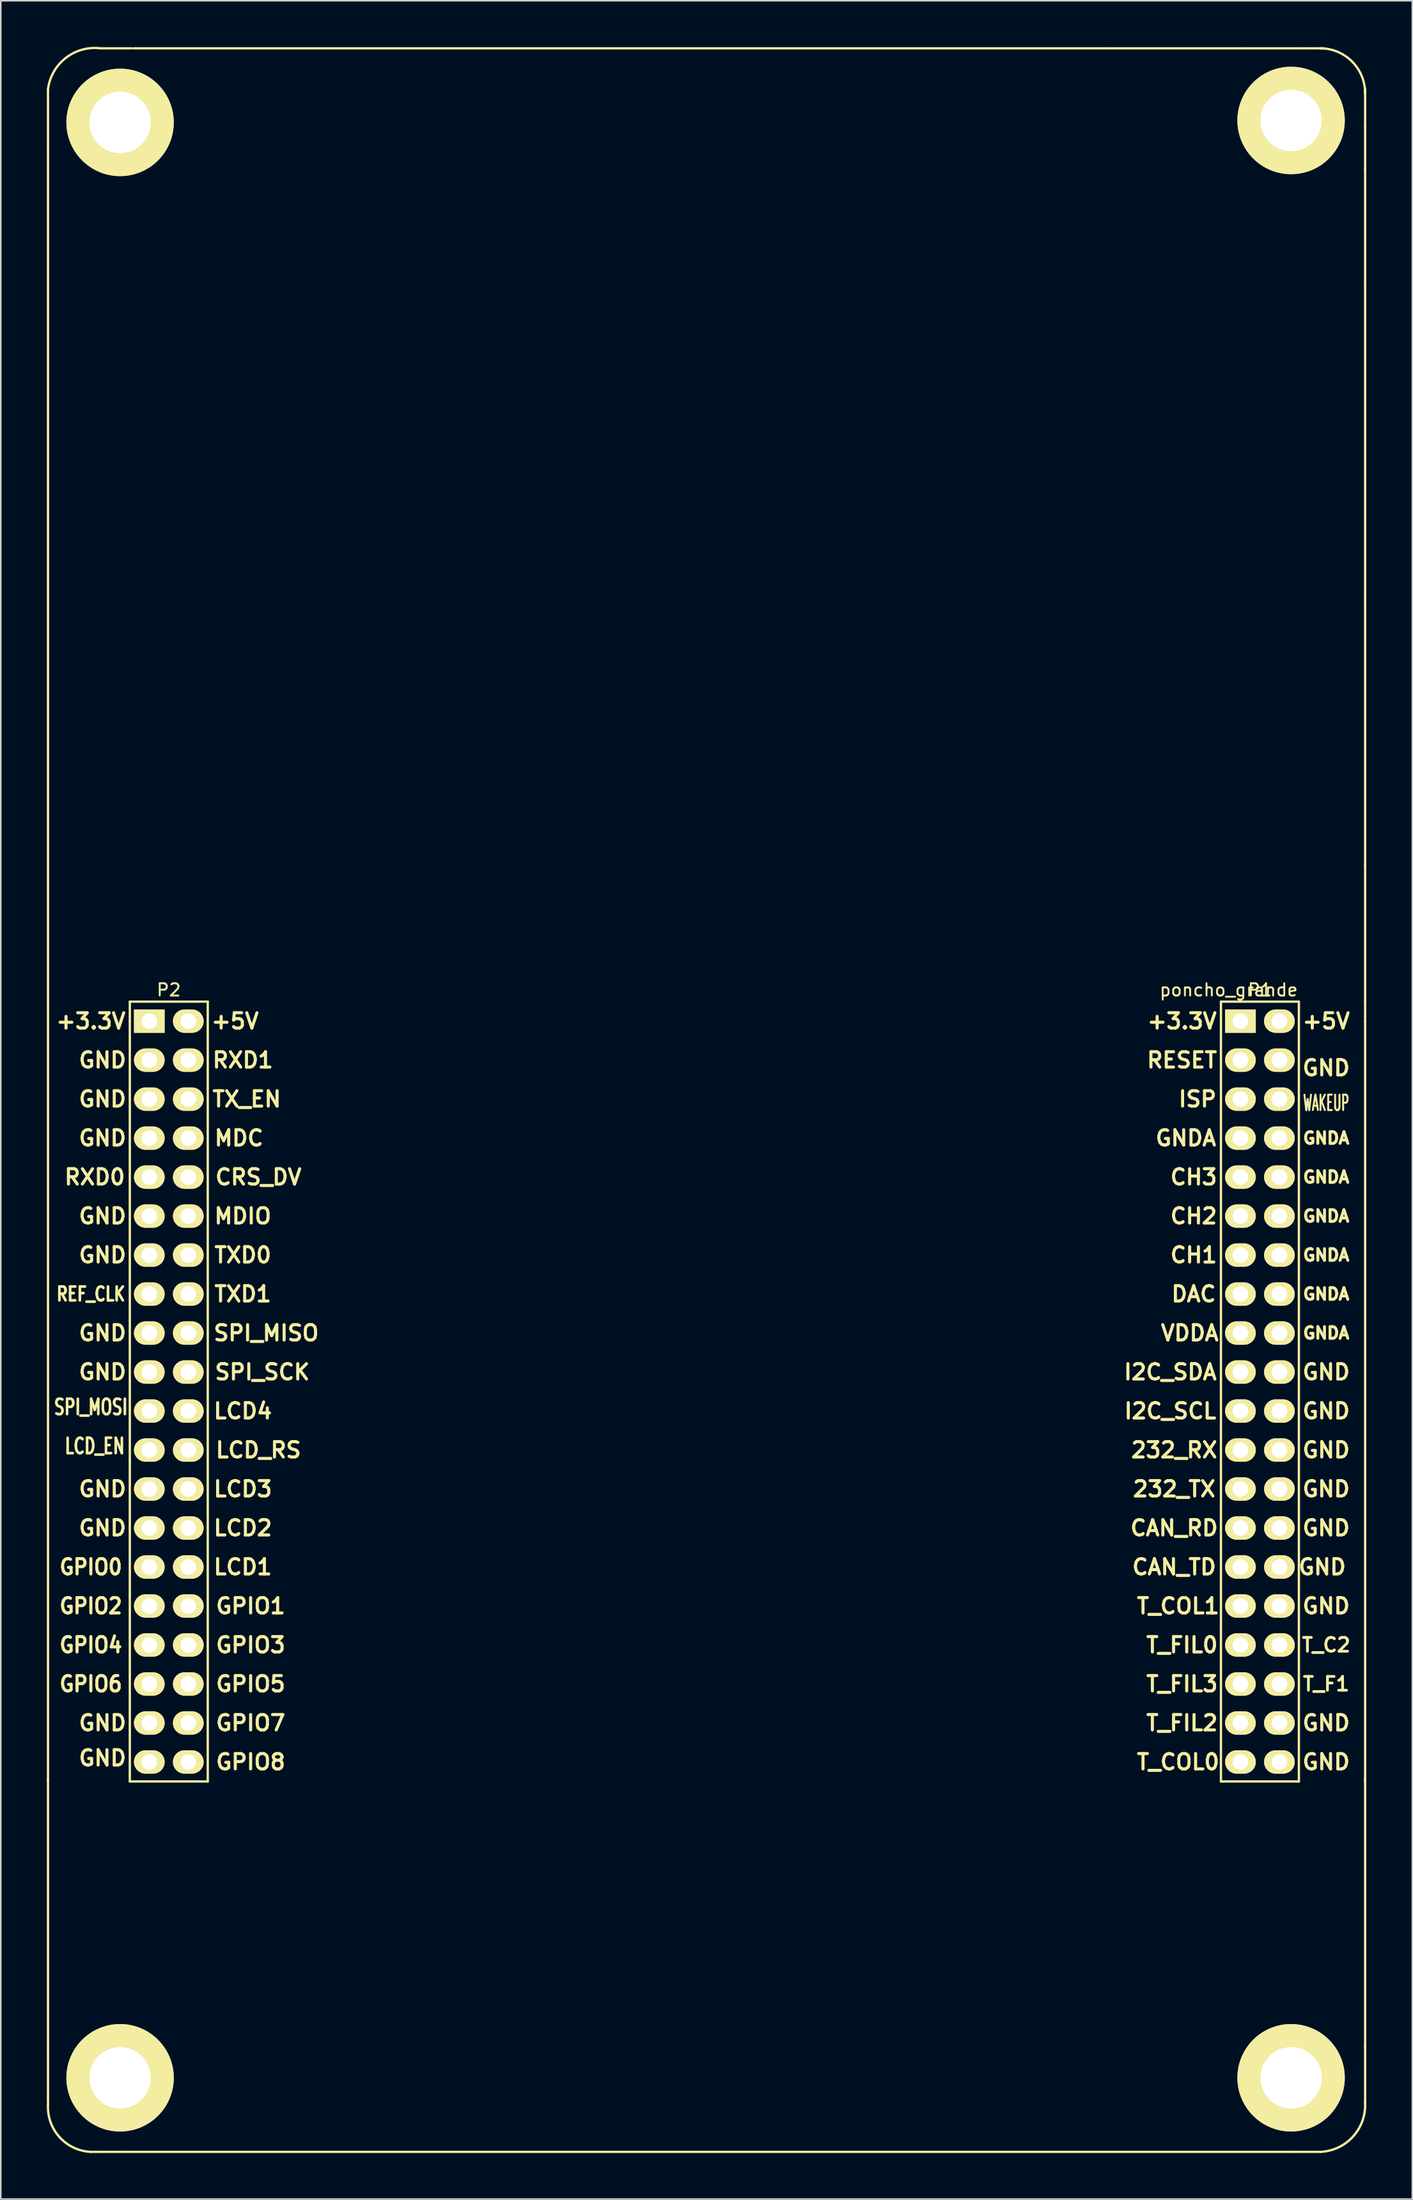
<source format=kicad_pcb>
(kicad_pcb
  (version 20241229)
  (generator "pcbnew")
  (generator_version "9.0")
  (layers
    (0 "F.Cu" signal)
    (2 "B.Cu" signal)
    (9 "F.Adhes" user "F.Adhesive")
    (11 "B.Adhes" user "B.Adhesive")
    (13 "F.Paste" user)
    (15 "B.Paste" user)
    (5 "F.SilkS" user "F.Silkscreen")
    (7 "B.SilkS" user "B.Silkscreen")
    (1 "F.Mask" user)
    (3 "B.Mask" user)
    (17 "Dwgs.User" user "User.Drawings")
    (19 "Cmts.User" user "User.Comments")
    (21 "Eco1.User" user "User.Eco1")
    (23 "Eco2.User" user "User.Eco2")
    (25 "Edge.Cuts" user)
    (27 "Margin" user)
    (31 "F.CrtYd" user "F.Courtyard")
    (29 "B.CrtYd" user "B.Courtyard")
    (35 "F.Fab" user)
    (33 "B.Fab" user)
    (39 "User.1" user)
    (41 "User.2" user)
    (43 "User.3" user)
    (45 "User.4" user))
  (footprint "poncho_grande"
    (layer "F.Cu")
    (at 77.802 63.472)
    (property "Reference" "poncho_grande" (at -0.762 -2.032 180) (layer "F.SilkS") (effects (font (size 0.8 0.8) (thickness 0.12))))
    (attr through_hole)
    (fp_line (start -77.724 -60.706) (end -77.724 -56.769) (stroke (width 0.15) (type solid)) (layer "F.SilkS"))
    (fp_line (start -77.724 -1.27) (end -77.724 -56.769) (stroke (width 0.15) (type solid)) (layer "F.SilkS"))
    (fp_line (start -77.724 -1.27) (end -77.724 49.53) (stroke (width 0.15) (type solid)) (layer "F.SilkS"))
    (fp_line (start -77.724 49.403) (end -77.724 67.056) (stroke (width 0.15) (type solid)) (layer "F.SilkS"))
    (fp_line (start -77.724 67.056) (end -77.724 70.104) (stroke (width 0.15) (type solid)) (layer "F.SilkS"))
    (fp_line (start -77.724 70.612) (end -77.724 70.104) (stroke (width 0.15) (type solid)) (layer "F.SilkS"))
    (fp_line (start -74.422 73.66) (end -74.93 73.66) (stroke (width 0.15) (type solid)) (layer "F.SilkS"))
    (fp_line (start -73.025 73.66) (end -74.422 73.66) (stroke (width 0.15) (type solid)) (layer "F.SilkS"))
    (fp_line (start -72.39 -1.27) (end -67.31 -1.27) (stroke (width 0.15) (type solid)) (layer "F.SilkS"))
    (fp_line (start -72.39 0) (end -72.39 -1.27) (stroke (width 0.15) (type solid)) (layer "F.SilkS"))
    (fp_line (start -72.39 49.53) (end -72.39 0) (stroke (width 0.15) (type solid)) (layer "F.SilkS"))
    (fp_line (start -72.263 -63.373) (end -74.295 -63.373) (stroke (width 0.15) (type solid)) (layer "F.SilkS"))
    (fp_line (start -67.31 -1.27) (end -67.31 49.53) (stroke (width 0.15) (type solid)) (layer "F.SilkS"))
    (fp_line (start -67.31 49.53) (end -72.39 49.53) (stroke (width 0.15) (type solid)) (layer "F.SilkS"))
    (fp_line (start -8.636 -63.373) (end -72.136 -63.373) (stroke (width 0.15) (type solid)) (layer "F.SilkS"))
    (fp_line (start -1.27 49.53) (end -1.27 -1.27) (stroke (width 0.15) (type solid)) (layer "F.SilkS"))
    (fp_line (start 0 -63.373) (end -8.636 -63.373) (stroke (width 0.15) (type solid)) (layer "F.SilkS"))
    (fp_line (start 0 -63.373) (end 3.937 -63.373) (stroke (width 0.15) (type solid)) (layer "F.SilkS"))
    (fp_line (start 3.302 73.66) (end -73.025 73.66) (stroke (width 0.15) (type solid)) (layer "F.SilkS"))
    (fp_line (start 3.302 73.66) (end 5.207 73.66) (stroke (width 0.15) (type solid)) (layer "F.SilkS"))
    (fp_line (start 3.81 -1.27) (end -1.27 -1.27) (stroke (width 0.15) (type solid)) (layer "F.SilkS"))
    (fp_line (start 3.81 49.53) (end -1.27 49.53) (stroke (width 0.15) (type solid)) (layer "F.SilkS"))
    (fp_line (start 3.81 49.53) (end 3.81 -1.27) (stroke (width 0.15) (type solid)) (layer "F.SilkS"))
    (fp_line (start 3.937 -63.373) (end 4.826 -63.373) (stroke (width 0.15) (type solid)) (layer "F.SilkS"))
    (fp_line (start 5.461 -63.373) (end 4.826 -63.373) (stroke (width 0.15) (type solid)) (layer "F.SilkS"))
    (fp_line (start 8.128 -60.706) (end 8.128 -60.452) (stroke (width 0.15) (type solid)) (layer "F.SilkS"))
    (fp_line (start 8.128 -60.579) (end 8.128 -60.706) (stroke (width 0.15) (type solid)) (layer "F.SilkS"))
    (fp_line (start 8.128 -58.293) (end 8.128 -60.579) (stroke (width 0.15) (type solid)) (layer "F.SilkS"))
    (fp_line (start 8.128 -55.499) (end 8.128 -58.293) (stroke (width 0.15) (type solid)) (layer "F.SilkS"))
    (fp_line (start 8.128 -48.26) (end 8.128 -55.499) (stroke (width 0.15) (type solid)) (layer "F.SilkS"))
    (fp_line (start 8.128 -27.432) (end 8.128 -48.26) (stroke (width 0.15) (type solid)) (layer "F.SilkS"))
    (fp_line (start 8.128 -10.16) (end 8.128 -27.432) (stroke (width 0.15) (type solid)) (layer "F.SilkS"))
    (fp_line (start 8.128 -1.27) (end 8.128 -10.16) (stroke (width 0.15) (type solid)) (layer "F.SilkS"))
    (fp_line (start 8.128 0) (end 8.128 -1.27) (stroke (width 0.15) (type solid)) (layer "F.SilkS"))
    (fp_line (start 8.128 0) (end 8.128 49.53) (stroke (width 0.15) (type solid)) (layer "F.SilkS"))
    (fp_line (start 8.128 49.403) (end 8.128 66.802) (stroke (width 0.15) (type solid)) (layer "F.SilkS"))
    (fp_line (start 8.128 66.802) (end 8.128 70.485) (stroke (width 0.15) (type solid)) (layer "F.SilkS"))
    (fp_arc (start -77.724 -60.706) (mid -76.561854 -62.749669) (end -74.295 -63.373) (stroke (width 0.15) (type solid)) (layer "F.SilkS"))
    (fp_arc (start -74.93 73.66) (mid -76.958261 72.714656) (end -77.724 70.612) (stroke (width 0.15) (type solid)) (layer "F.SilkS"))
    (fp_arc (start 5.207 -63.373) (mid 7.272459 -62.517459) (end 8.128 -60.452) (stroke (width 0.15) (type solid)) (layer "F.SilkS"))
    (fp_arc (start 8.128 70.485) (mid 7.325064 72.677459) (end 5.207 73.66) (stroke (width 0.15) (type solid)) (layer "F.SilkS"))
    (fp_text user "REF_CLK" (at -74.93 17.78 0) (layer "F.SilkS") (effects (font (size 0.9 0.7) (thickness 0.175))))
    (fp_text user "LCD3" (at -65.024 30.48 0) (layer "F.SilkS") (effects (font (size 1 1) (thickness 0.2))))
    (fp_text user "CAN_TD" (at -4.318 35.56 0) (layer "F.SilkS") (effects (font (size 1 1) (thickness 0.2))))
    (fp_text user "VDDA" (at -3.302 20.32 0) (layer "F.SilkS") (effects (font (size 1 1) (thickness 0.2))))
    (fp_text user "GND" (at -74.168 33.02 0) (layer "F.SilkS") (effects (font (size 1 1) (thickness 0.2))))
    (fp_text user "T_F1" (at 5.588 43.18 0) (layer "F.SilkS") (effects (font (size 0.9 0.9) (thickness 0.18))))
    (fp_text user "GND" (at -74.168 48.006 0) (layer "F.SilkS") (effects (font (size 1 1) (thickness 0.2))))
    (fp_text user "CRS_DV" (at -64.008 10.16 0) (layer "F.SilkS") (effects (font (size 1 1) (thickness 0.2))))
    (fp_text user "GNDA" (at 5.588 7.62 0) (layer "F.SilkS") (effects (font (size 0.76 0.76) (thickness 0.19))))
    (fp_text user "I2C_SDA" (at -4.572 22.86 0) (layer "F.SilkS") (effects (font (size 1 1) (thickness 0.2))))
    (fp_text user "T_COL0" (at -4.064 48.26 0) (layer "F.SilkS") (effects (font (size 1 1) (thickness 0.2))))
    (fp_text user "CH1" (at -3.048 15.24 0) (layer "F.SilkS") (effects (font (size 1 1) (thickness 0.2))))
    (fp_text user "+3.3V" (at -3.81 0 0) (layer "F.SilkS") (effects (font (size 1 1) (thickness 0.2))))
    (fp_text user "GND" (at -74.168 2.54 0) (layer "F.SilkS") (effects (font (size 1 1) (thickness 0.2))))
    (fp_text user "P1" (at 1.27 -2.032 0) (layer "F.SilkS") (effects (font (size 0.8 0.8) (thickness 0.12))))
    (fp_text user "MDC" (at -65.278 7.62 0) (layer "F.SilkS") (effects (font (size 1 1) (thickness 0.2))))
    (fp_text user "GND" (at -74.168 22.86 0) (layer "F.SilkS") (effects (font (size 1 1) (thickness 0.2))))
    (fp_text user "GPIO8" (at -64.516 48.26 0) (layer "F.SilkS") (effects (font (size 1 1) (thickness 0.2))))
    (fp_text user "GPIO2" (at -74.93 38.1 0) (layer "F.SilkS") (effects (font (size 1 0.9) (thickness 0.2))))
    (fp_text user "WAKEUP" (at 5.588 5.334 0) (layer "F.SilkS") (effects (font (size 1 0.5) (thickness 0.125))))
    (fp_text user "CH2" (at -3.048 12.7 0) (layer "F.SilkS") (effects (font (size 1 1) (thickness 0.2))))
    (fp_text user "ISP" (at -2.794 5.08 0) (layer "F.SilkS") (effects (font (size 1 1) (thickness 0.2))))
    (fp_text user "GND" (at 5.588 33.02 0) (layer "F.SilkS") (effects (font (size 1 1) (thickness 0.2))))
    (fp_text user "GPIO3" (at -64.516 40.64 0) (layer "F.SilkS") (effects (font (size 1 1) (thickness 0.2))))
    (fp_text user "RXD1" (at -65.024 2.54 0) (layer "F.SilkS") (effects (font (size 1 1) (thickness 0.2))))
    (fp_text user "LCD1" (at -65.024 35.56 0) (layer "F.SilkS") (effects (font (size 1 1) (thickness 0.2))))
    (fp_text user "T_C2" (at 5.588 40.64 0) (layer "F.SilkS") (effects (font (size 0.9 0.9) (thickness 0.18))))
    (fp_text user "I2C_SCL" (at -4.572 25.4 0) (layer "F.SilkS") (effects (font (size 1 1) (thickness 0.2))))
    (fp_text user "CAN_RD" (at -4.318 33.02 0) (layer "F.SilkS") (effects (font (size 1 1) (thickness 0.2))))
    (fp_text user "GND" (at 5.588 3.048 0) (layer "F.SilkS") (effects (font (size 1 1) (thickness 0.2))))
    (fp_text user "GNDA" (at 5.588 17.78 0) (layer "F.SilkS") (effects (font (size 0.76 0.76) (thickness 0.19))))
    (fp_text user "GPIO6" (at -74.93 43.18 0) (layer "F.SilkS") (effects (font (size 1 0.9) (thickness 0.2))))
    (fp_text user "CH3" (at -3.048 10.16 0) (layer "F.SilkS") (effects (font (size 1 1) (thickness 0.2))))
    (fp_text user "LCD_RS" (at -64.008 27.94 0) (layer "F.SilkS") (effects (font (size 1 1) (thickness 0.2))))
    (fp_text user "TXD0" (at -65.024 15.24 0) (layer "F.SilkS") (effects (font (size 1 1) (thickness 0.2))))
    (fp_text user "232_RX" (at -4.318 27.94 0) (layer "F.SilkS") (effects (font (size 1 1) (thickness 0.2))))
    (fp_text user "LCD4" (at -65.024 25.4 0) (layer "F.SilkS") (effects (font (size 1 1) (thickness 0.2))))
    (fp_text user "T_FIL3" (at -3.81 43.18 0) (layer "F.SilkS") (effects (font (size 1 1) (thickness 0.2))))
    (fp_text user "GPIO7" (at -64.516 45.72 0) (layer "F.SilkS") (effects (font (size 1 1) (thickness 0.2))))
    (fp_text user "GNDA" (at 5.588 10.16 0) (layer "F.SilkS") (effects (font (size 0.76 0.76) (thickness 0.19))))
    (fp_text user "GND" (at 5.588 25.4 0) (layer "F.SilkS") (effects (font (size 1 1) (thickness 0.2))))
    (fp_text user "GPIO0" (at -74.93 35.56 0) (layer "F.SilkS") (effects (font (size 1 0.9) (thickness 0.2))))
    (fp_text user "GNDA" (at -3.556 7.62 0) (layer "F.SilkS") (effects (font (size 1 1) (thickness 0.2))))
    (fp_text user "GND" (at 5.588 38.1 0) (layer "F.SilkS") (effects (font (size 1 1) (thickness 0.2))))
    (fp_text user "GND" (at -74.168 12.7 0) (layer "F.SilkS") (effects (font (size 1 1) (thickness 0.2))))
    (fp_text user "T_FIL2" (at -3.81 45.72 0) (layer "F.SilkS") (effects (font (size 1 1) (thickness 0.2))))
    (fp_text user "SPI_SCK" (at -63.754 22.86 0) (layer "F.SilkS") (effects (font (size 1 1) (thickness 0.2))))
    (fp_text user "GND" (at 5.588 27.94 0) (layer "F.SilkS") (effects (font (size 1 1) (thickness 0.2))))
    (fp_text user "GND" (at -74.168 5.08 0) (layer "F.SilkS") (effects (font (size 1 1) (thickness 0.2))))
    (fp_text user "GND" (at 5.588 45.72 0) (layer "F.SilkS") (effects (font (size 1 1) (thickness 0.2))))
    (fp_text user "GND" (at -74.168 7.62 0) (layer "F.SilkS") (effects (font (size 1 1) (thickness 0.2))))
    (fp_text user "LCD2" (at -65.024 33.02 0) (layer "F.SilkS") (effects (font (size 1 1) (thickness 0.2))))
    (fp_text user "GNDA" (at 5.588 15.24 0) (layer "F.SilkS") (effects (font (size 0.76 0.76) (thickness 0.19))))
    (fp_text user "GND" (at -74.168 15.24 0) (layer "F.SilkS") (effects (font (size 1 1) (thickness 0.2))))
    (fp_text user "DAC" (at -3.048 17.78 0) (layer "F.SilkS") (effects (font (size 1 1) (thickness 0.2))))
    (fp_text user "T_FIL0" (at -3.81 40.64 0) (layer "F.SilkS") (effects (font (size 1 1) (thickness 0.2))))
    (fp_text user "LCD_EN" (at -74.676 27.686 0) (layer "F.SilkS") (effects (font (size 1 0.7) (thickness 0.17))))
    (fp_text user "GNDA" (at 5.588 12.7 0) (layer "F.SilkS") (effects (font (size 0.76 0.76) (thickness 0.19))))
    (fp_text user "GND" (at -74.168 30.48 0) (layer "F.SilkS") (effects (font (size 1 1) (thickness 0.2))))
    (fp_text user "GND" (at -74.168 45.72 0) (layer "F.SilkS") (effects (font (size 1 1) (thickness 0.2))))
    (fp_text user "TXD1" (at -65.024 17.78 0) (layer "F.SilkS") (effects (font (size 1 1) (thickness 0.2))))
    (fp_text user "GND" (at 5.588 48.26 0) (layer "F.SilkS") (effects (font (size 1 1) (thickness 0.2))))
    (fp_text user "SPI_MOSI" (at -74.93 25.146 0) (layer "F.SilkS") (effects (font (size 1 0.7) (thickness 0.17))))
    (fp_text user "+5V" (at -65.532 0 0) (layer "F.SilkS") (effects (font (size 1 1) (thickness 0.2))))
    (fp_text user "GPIO5" (at -64.516 43.18 0) (layer "F.SilkS") (effects (font (size 1 1) (thickness 0.2))))
    (fp_text user "+3.3V" (at -74.93 0 0) (layer "F.SilkS") (effects (font (size 1 1) (thickness 0.2))))
    (fp_text user "SPI_MISO" (at -63.5 20.32 0) (layer "F.SilkS") (effects (font (size 1 1) (thickness 0.2))))
    (fp_text user "RXD0" (at -74.676 10.16 0) (layer "F.SilkS") (effects (font (size 1 1) (thickness 0.2))))
    (fp_text user "RESET" (at -3.81 2.54 0) (layer "F.SilkS") (effects (font (size 1 1) (thickness 0.2))))
    (fp_text user "MDIO" (at -65.024 12.7 0) (layer "F.SilkS") (effects (font (size 1 1) (thickness 0.2))))
    (fp_text user "TX_EN" (at -64.77 5.08 0) (layer "F.SilkS") (effects (font (size 1 1) (thickness 0.2))))
    (fp_text user "GND" (at 5.334 35.56 0) (layer "F.SilkS") (effects (font (size 1 1) (thickness 0.2))))
    (fp_text user "GNDA" (at 5.588 20.32 0) (layer "F.SilkS") (effects (font (size 0.76 0.76) (thickness 0.19))))
    (fp_text user "+5V" (at 5.588 0 0) (layer "F.SilkS") (effects (font (size 1 1) (thickness 0.2))))
    (fp_text user "GPIO1" (at -64.516 38.1 0) (layer "F.SilkS") (effects (font (size 1 1) (thickness 0.2))))
    (fp_text user "GND" (at 5.588 30.48 0) (layer "F.SilkS") (effects (font (size 1 1) (thickness 0.2))))
    (fp_text user "232_TX" (at -4.318 30.48 0) (layer "F.SilkS") (effects (font (size 1 1) (thickness 0.2))))
    (fp_text user "GPIO4" (at -74.93 40.64 0) (layer "F.SilkS") (effects (font (size 1 0.9) (thickness 0.2))))
    (fp_text user "T_COL1" (at -4.064 38.1 0) (layer "F.SilkS") (effects (font (size 1 1) (thickness 0.2))))
    (fp_text user "GND" (at -74.168 20.32 0) (layer "F.SilkS") (effects (font (size 1 1) (thickness 0.2))))
    (fp_text user "P2" (at -69.85 -2.032 0) (layer "F.SilkS") (effects (font (size 0.8 0.8) (thickness 0.12))))
    (fp_text user "GND" (at 5.588 22.86 0) (layer "F.SilkS") (effects (font (size 1 1) (thickness 0.2))))
    (pad "1" thru_hole rect (at 0 0 270) (size 1.524 2) (drill 1.016) (layers "*.Cu" "*.Mask" "F.SilkS"))
    (pad "2" thru_hole oval (at 2.54 0 270) (size 1.524 2) (drill 1.016) (layers "*.Cu" "*.Mask" "F.SilkS"))
    (pad "3" thru_hole oval (at 0 2.54 270) (size 1.524 2) (drill 1.016) (layers "*.Cu" "*.Mask" "F.SilkS"))
    (pad "4" thru_hole oval (at 2.54 2.54 270) (size 1.524 2) (drill 1.016) (layers "*.Cu" "*.Mask" "F.SilkS"))
    (pad "5" thru_hole oval (at 0 5.08 270) (size 1.524 2) (drill 1.016) (layers "*.Cu" "*.Mask" "F.SilkS"))
    (pad "6" thru_hole oval (at 2.54 5.08 270) (size 1.524 2) (drill 1.016) (layers "*.Cu" "*.Mask" "F.SilkS"))
    (pad "7" thru_hole oval (at 0 7.62 270) (size 1.524 2) (drill 1.016) (layers "*.Cu" "*.Mask" "F.SilkS"))
    (pad "8" thru_hole oval (at 2.54 7.62 270) (size 1.524 2) (drill 1.016) (layers "*.Cu" "*.Mask" "F.SilkS"))
    (pad "9" thru_hole oval (at 0 10.16 270) (size 1.524 2) (drill 1.016) (layers "*.Cu" "*.Mask" "F.SilkS"))
    (pad "10" thru_hole oval (at 2.54 10.16 270) (size 1.524 2) (drill 1.016) (layers "*.Cu" "*.Mask" "F.SilkS"))
    (pad "11" thru_hole oval (at 0 12.7 270) (size 1.524 2) (drill 1.016) (layers "*.Cu" "*.Mask" "F.SilkS"))
    (pad "12" thru_hole oval (at 2.54 12.7 270) (size 1.524 2) (drill 1.016) (layers "*.Cu" "*.Mask" "F.SilkS"))
    (pad "13" thru_hole oval (at 0 15.24 270) (size 1.524 2) (drill 1.016) (layers "*.Cu" "*.Mask" "F.SilkS"))
    (pad "14" thru_hole oval (at 2.54 15.24 270) (size 1.524 2) (drill 1.016) (layers "*.Cu" "*.Mask" "F.SilkS"))
    (pad "15" thru_hole oval (at 0 17.78 270) (size 1.524 2) (drill 1.016) (layers "*.Cu" "*.Mask" "F.SilkS"))
    (pad "16" thru_hole oval (at 2.54 17.78 270) (size 1.524 2) (drill 1.016) (layers "*.Cu" "*.Mask" "F.SilkS"))
    (pad "17" thru_hole oval (at 0 20.32 270) (size 1.524 2) (drill 1.016) (layers "*.Cu" "*.Mask" "F.SilkS"))
    (pad "18" thru_hole oval (at 2.54 20.32 270) (size 1.524 2) (drill 1.016) (layers "*.Cu" "*.Mask" "F.SilkS"))
    (pad "19" thru_hole oval (at 0 22.86 270) (size 1.524 2) (drill 1.016) (layers "*.Cu" "*.Mask" "F.SilkS"))
    (pad "20" thru_hole oval (at 2.54 22.86 270) (size 1.524 2) (drill 1.016) (layers "*.Cu" "*.Mask" "F.SilkS"))
    (pad "21" thru_hole oval (at 0 25.4 270) (size 1.524 2) (drill 1.016) (layers "*.Cu" "*.Mask" "F.SilkS"))
    (pad "22" thru_hole oval (at 2.54 25.4 270) (size 1.524 2) (drill 1.016) (layers "*.Cu" "*.Mask" "F.SilkS"))
    (pad "23" thru_hole oval (at 0 27.94 270) (size 1.524 2) (drill 1.016) (layers "*.Cu" "*.Mask" "F.SilkS"))
    (pad "24" thru_hole oval (at 2.54 27.94 270) (size 1.524 2) (drill 1.016) (layers "*.Cu" "*.Mask" "F.SilkS"))
    (pad "25" thru_hole oval (at 0 30.48 270) (size 1.524 2) (drill 1.016) (layers "*.Cu" "*.Mask" "F.SilkS"))
    (pad "26" thru_hole oval (at 2.54 30.48 270) (size 1.524 2) (drill 1.016) (layers "*.Cu" "*.Mask" "F.SilkS"))
    (pad "27" thru_hole oval (at 0 33.02 270) (size 1.524 2) (drill 1.016) (layers "*.Cu" "*.Mask" "F.SilkS"))
    (pad "28" thru_hole oval (at 2.54 33.02 270) (size 1.524 2) (drill 1.016) (layers "*.Cu" "*.Mask" "F.SilkS"))
    (pad "29" thru_hole oval (at 0 35.56 270) (size 1.524 2) (drill 1.016) (layers "*.Cu" "*.Mask" "F.SilkS"))
    (pad "30" thru_hole oval (at 2.54 35.56 270) (size 1.524 2) (drill 1.016) (layers "*.Cu" "*.Mask" "F.SilkS"))
    (pad "31" thru_hole oval (at 0 38.1 270) (size 1.524 2) (drill 1.016) (layers "*.Cu" "*.Mask" "F.SilkS"))
    (pad "32" thru_hole oval (at 2.54 38.1 270) (size 1.524 2) (drill 1.016) (layers "*.Cu" "*.Mask" "F.SilkS"))
    (pad "33" thru_hole oval (at 0 40.64 270) (size 1.524 2) (drill 1.016) (layers "*.Cu" "*.Mask" "F.SilkS"))
    (pad "34" thru_hole oval (at 2.54 40.64 270) (size 1.524 2) (drill 1.016) (layers "*.Cu" "*.Mask" "F.SilkS"))
    (pad "35" thru_hole oval (at 0 43.18 270) (size 1.524 2) (drill 1.016) (layers "*.Cu" "*.Mask" "F.SilkS"))
    (pad "36" thru_hole oval (at 2.54 43.18 270) (size 1.524 2) (drill 1.016) (layers "*.Cu" "*.Mask" "F.SilkS"))
    (pad "37" thru_hole oval (at 0 45.72 270) (size 1.524 2) (drill 1.016) (layers "*.Cu" "*.Mask" "F.SilkS"))
    (pad "38" thru_hole oval (at 2.54 45.72 270) (size 1.524 2) (drill 1.016) (layers "*.Cu" "*.Mask" "F.SilkS"))
    (pad "39" thru_hole oval (at 0 48.26 270) (size 1.524 2) (drill 1.016) (layers "*.Cu" "*.Mask" "F.SilkS"))
    (pad "40" thru_hole oval (at 2.54 48.26 270) (size 1.524 2) (drill 1.016) (layers "*.Cu" "*.Mask" "F.SilkS"))
    (pad "41" thru_hole rect (at -71.12 0 270) (size 1.524 2) (drill 1.016) (layers "*.Cu" "*.Mask" "F.SilkS"))
    (pad "42" thru_hole oval (at -68.58 0 270) (size 1.524 2) (drill 1.016) (layers "*.Cu" "*.Mask" "F.SilkS"))
    (pad "43" thru_hole oval (at -71.12 2.54 270) (size 1.524 2) (drill 1.016) (layers "*.Cu" "*.Mask" "F.SilkS"))
    (pad "44" thru_hole oval (at -68.58 2.54 270) (size 1.524 2) (drill 1.016) (layers "*.Cu" "*.Mask" "F.SilkS"))
    (pad "45" thru_hole oval (at -71.12 5.08 270) (size 1.524 2) (drill 1.016) (layers "*.Cu" "*.Mask" "F.SilkS"))
    (pad "46" thru_hole oval (at -68.58 5.08 270) (size 1.524 2) (drill 1.016) (layers "*.Cu" "*.Mask" "F.SilkS"))
    (pad "47" thru_hole oval (at -71.12 7.62 270) (size 1.524 2) (drill 1.016) (layers "*.Cu" "*.Mask" "F.SilkS"))
    (pad "48" thru_hole oval (at -68.58 7.62 270) (size 1.524 2) (drill 1.016) (layers "*.Cu" "*.Mask" "F.SilkS"))
    (pad "49" thru_hole oval (at -71.12 10.16 270) (size 1.524 2) (drill 1.016) (layers "*.Cu" "*.Mask" "F.SilkS"))
    (pad "50" thru_hole oval (at -68.58 10.16 270) (size 1.524 2) (drill 1.016) (layers "*.Cu" "*.Mask" "F.SilkS"))
    (pad "51" thru_hole oval (at -71.12 12.7 270) (size 1.524 2) (drill 1.016) (layers "*.Cu" "*.Mask" "F.SilkS"))
    (pad "52" thru_hole oval (at -68.58 12.7 270) (size 1.524 2) (drill 1.016) (layers "*.Cu" "*.Mask" "F.SilkS"))
    (pad "53" thru_hole oval (at -71.12 15.24 270) (size 1.524 2) (drill 1.016) (layers "*.Cu" "*.Mask" "F.SilkS"))
    (pad "54" thru_hole oval (at -68.58 15.24 270) (size 1.524 2) (drill 1.016) (layers "*.Cu" "*.Mask" "F.SilkS"))
    (pad "55" thru_hole oval (at -71.12 17.78 270) (size 1.524 2) (drill 1.016) (layers "*.Cu" "*.Mask" "F.SilkS"))
    (pad "56" thru_hole oval (at -68.58 17.78 270) (size 1.524 2) (drill 1.016) (layers "*.Cu" "*.Mask" "F.SilkS"))
    (pad "57" thru_hole oval (at -71.12 20.32 270) (size 1.524 2) (drill 1.016) (layers "*.Cu" "*.Mask" "F.SilkS"))
    (pad "58" thru_hole oval (at -68.58 20.32 270) (size 1.524 2) (drill 1.016) (layers "*.Cu" "*.Mask" "F.SilkS"))
    (pad "59" thru_hole oval (at -71.12 22.86 270) (size 1.524 2) (drill 1.016) (layers "*.Cu" "*.Mask" "F.SilkS"))
    (pad "60" thru_hole oval (at -68.58 22.86 270) (size 1.524 2) (drill 1.016) (layers "*.Cu" "*.Mask" "F.SilkS"))
    (pad "61" thru_hole oval (at -71.12 25.4 270) (size 1.524 2) (drill 1.016) (layers "*.Cu" "*.Mask" "F.SilkS"))
    (pad "62" thru_hole oval (at -68.58 25.4 270) (size 1.524 2) (drill 1.016) (layers "*.Cu" "*.Mask" "F.SilkS"))
    (pad "63" thru_hole oval (at -71.12 27.94 270) (size 1.524 2) (drill 1.016) (layers "*.Cu" "*.Mask" "F.SilkS"))
    (pad "64" thru_hole oval (at -68.58 27.94 270) (size 1.524 2) (drill 1.016) (layers "*.Cu" "*.Mask" "F.SilkS"))
    (pad "65" thru_hole oval (at -71.12 30.48 270) (size 1.524 2) (drill 1.016) (layers "*.Cu" "*.Mask" "F.SilkS"))
    (pad "66" thru_hole oval (at -68.58 30.48 270) (size 1.524 2) (drill 1.016) (layers "*.Cu" "*.Mask" "F.SilkS"))
    (pad "67" thru_hole oval (at -71.12 33.02 270) (size 1.524 2) (drill 1.016) (layers "*.Cu" "*.Mask" "F.SilkS"))
    (pad "68" thru_hole oval (at -68.58 33.02 270) (size 1.524 2) (drill 1.016) (layers "*.Cu" "*.Mask" "F.SilkS"))
    (pad "69" thru_hole oval (at -71.12 35.56 270) (size 1.524 2) (drill 1.016) (layers "*.Cu" "*.Mask" "F.SilkS"))
    (pad "70" thru_hole oval (at -68.58 35.56 270) (size 1.524 2) (drill 1.016) (layers "*.Cu" "*.Mask" "F.SilkS"))
    (pad "71" thru_hole oval (at -71.12 38.1 270) (size 1.524 2) (drill 1.016) (layers "*.Cu" "*.Mask" "F.SilkS"))
    (pad "72" thru_hole oval (at -68.58 38.1 270) (size 1.524 2) (drill 1.016) (layers "*.Cu" "*.Mask" "F.SilkS"))
    (pad "73" thru_hole oval (at -71.12 40.64 270) (size 1.524 2) (drill 1.016) (layers "*.Cu" "*.Mask" "F.SilkS"))
    (pad "74" thru_hole oval (at -68.58 40.64 270) (size 1.524 2) (drill 1.016) (layers "*.Cu" "*.Mask" "F.SilkS"))
    (pad "75" thru_hole oval (at -71.12 43.18 270) (size 1.524 2) (drill 1.016) (layers "*.Cu" "*.Mask" "F.SilkS"))
    (pad "76" thru_hole oval (at -68.58 43.18 270) (size 1.524 2) (drill 1.016) (layers "*.Cu" "*.Mask" "F.SilkS"))
    (pad "77" thru_hole oval (at -71.12 45.72 270) (size 1.524 2) (drill 1.016) (layers "*.Cu" "*.Mask" "F.SilkS"))
    (pad "78" thru_hole oval (at -68.58 45.72 270) (size 1.524 2) (drill 1.016) (layers "*.Cu" "*.Mask" "F.SilkS"))
    (pad "79" thru_hole oval (at -71.12 48.26 270) (size 1.524 2) (drill 1.016) (layers "*.Cu" "*.Mask" "F.SilkS"))
    (pad "80" thru_hole oval (at -68.58 48.26 270) (size 1.524 2) (drill 1.016) (layers "*.Cu" "*.Mask" "F.SilkS"))
    (pad "~" thru_hole circle (at -73.025 -58.547) (size 7 7) (drill 4) (layers "*.Cu" "*.Mask" "F.SilkS"))
    (pad "~" thru_hole circle (at -73.025 68.834) (size 7 7) (drill 4) (layers "*.Cu" "*.Mask" "F.SilkS"))
    (pad "~" thru_hole circle (at 3.302 -58.674) (size 7 7) (drill 4) (layers "*.Cu" "*.Mask" "F.SilkS"))
    (pad "~" thru_hole circle (at 3.302 68.834) (size 7 7) (drill 4) (layers "*.Cu" "*.Mask" "F.SilkS")))
  (gr_rect
    (start -3 -3)
    (end 89.007 140.207)
    (stroke (width 0.1) (type default))
    (fill no)
    (layer "Edge.Cuts")))
</source>
